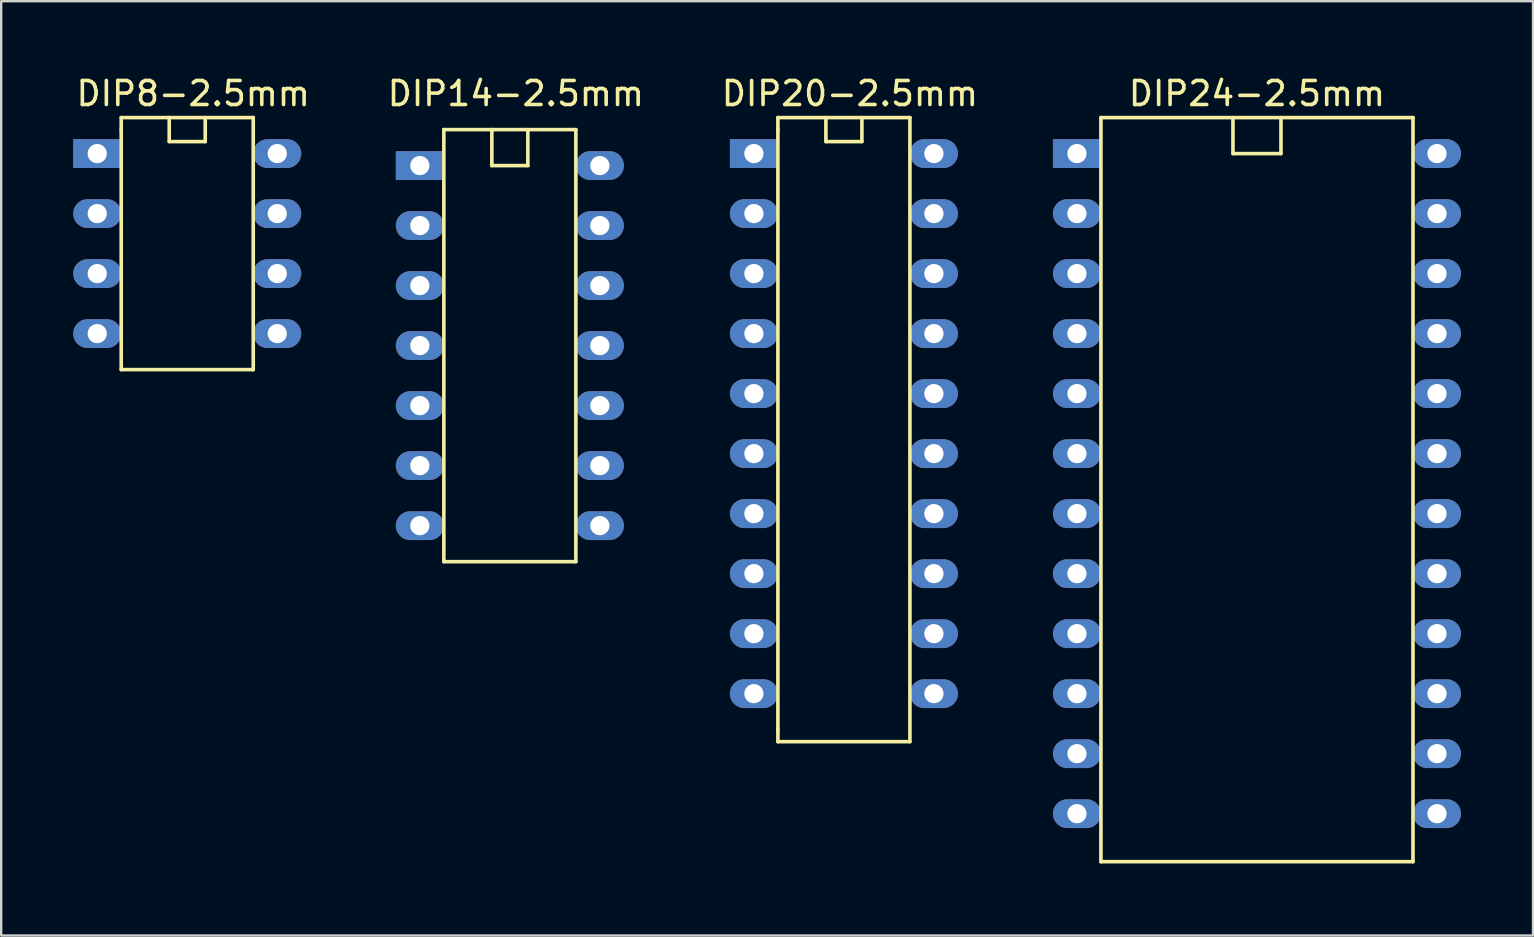
<source format=kicad_pcb>
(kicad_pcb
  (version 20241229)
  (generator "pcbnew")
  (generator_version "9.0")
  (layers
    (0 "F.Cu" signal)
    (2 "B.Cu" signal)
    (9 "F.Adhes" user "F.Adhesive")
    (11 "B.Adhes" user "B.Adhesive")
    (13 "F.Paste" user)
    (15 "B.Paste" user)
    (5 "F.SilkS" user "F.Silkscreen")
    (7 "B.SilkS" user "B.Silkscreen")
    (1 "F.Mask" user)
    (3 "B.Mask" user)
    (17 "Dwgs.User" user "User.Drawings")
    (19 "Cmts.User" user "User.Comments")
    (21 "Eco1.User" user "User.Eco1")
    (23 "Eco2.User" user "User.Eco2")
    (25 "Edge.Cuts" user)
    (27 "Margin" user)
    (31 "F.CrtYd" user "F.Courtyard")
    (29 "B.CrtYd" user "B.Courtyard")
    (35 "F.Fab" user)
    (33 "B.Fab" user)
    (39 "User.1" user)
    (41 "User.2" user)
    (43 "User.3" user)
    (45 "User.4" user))
  (footprint "DIP8-2.5mm"
    (layer "F.Cu")
    (at 1 3.348)
    (property "Reference" "DIP8-2.5mm" (at 4 -2.5 0) (layer "F.SilkS") (effects (font (size 1 1) (thickness 0.15))))
    (attr through_hole)
    (fp_line (start 1 -1.5) (end 1 -1) (stroke (width 0.15) (type solid)) (layer "F.SilkS"))
    (fp_line (start 1 -1) (end 1 9) (stroke (width 0.15) (type solid)) (layer "F.SilkS"))
    (fp_line (start 1 9) (end 6.5 9) (stroke (width 0.15) (type solid)) (layer "F.SilkS"))
    (fp_line (start 3 -1.5) (end 3 -0.5) (stroke (width 0.15) (type solid)) (layer "F.SilkS"))
    (fp_line (start 3 -0.5) (end 4.5 -0.5) (stroke (width 0.15) (type solid)) (layer "F.SilkS"))
    (fp_line (start 4.5 -0.5) (end 4.5 -1.5) (stroke (width 0.15) (type solid)) (layer "F.SilkS"))
    (fp_line (start 6.5 -1.5) (end 1 -1.5) (stroke (width 0.15) (type solid)) (layer "F.SilkS"))
    (fp_line (start 6.5 9) (end 6.5 -1.5) (stroke (width 0.15) (type solid)) (layer "F.SilkS"))
    (pad "1" thru_hole rect (at 0 0) (size 2 1.2) (drill 0.8) (layers "*.Cu" "*.Mask"))
    (pad "2" thru_hole oval (at 0 2.5) (size 2 1.2) (drill 0.8) (layers "*.Cu" "*.Mask"))
    (pad "3" thru_hole oval (at 0 5) (size 2 1.2) (drill 0.8) (layers "*.Cu" "*.Mask"))
    (pad "4" thru_hole oval (at 0 7.5) (size 2 1.2) (drill 0.8) (layers "*.Cu" "*.Mask"))
    (pad "5" thru_hole oval (at 7.5 7.5) (size 2 1.2) (drill 0.8) (layers "*.Cu" "*.Mask"))
    (pad "6" thru_hole oval (at 7.5 5) (size 2 1.2) (drill 0.8) (layers "*.Cu" "*.Mask"))
    (pad "7" thru_hole oval (at 7.5 2.5) (size 2 1.2) (drill 0.8) (layers "*.Cu" "*.Mask"))
    (pad "8" thru_hole oval (at 7.5 0) (size 2 1.2) (drill 0.8) (layers "*.Cu" "*.Mask")))
  (footprint "DIP24-2.5mm"
    (layer "F.Cu")
    (at 41.815 3.348)
    (property "Reference" "DIP24-2.5mm" (at 7.5 -2.5 0) (layer "F.SilkS") (effects (font (size 1 1) (thickness 0.15))))
    (attr through_hole)
    (fp_line (start 1 -1.5) (end 14 -1.5) (stroke (width 0.15) (type solid)) (layer "F.SilkS"))
    (fp_line (start 1 29.5) (end 1 -1.5) (stroke (width 0.15) (type solid)) (layer "F.SilkS"))
    (fp_line (start 6.5 -1.5) (end 6.5 0) (stroke (width 0.15) (type solid)) (layer "F.SilkS"))
    (fp_line (start 6.5 0) (end 8.5 0) (stroke (width 0.15) (type solid)) (layer "F.SilkS"))
    (fp_line (start 8.5 0) (end 8.5 -1.5) (stroke (width 0.15) (type solid)) (layer "F.SilkS"))
    (fp_line (start 14 -1.5) (end 14 29.5) (stroke (width 0.15) (type solid)) (layer "F.SilkS"))
    (fp_line (start 14 29.5) (end 1 29.5) (stroke (width 0.15) (type solid)) (layer "F.SilkS"))
    (pad "1" thru_hole rect (at 0 0) (size 2 1.2) (drill 0.8) (layers "*.Cu" "*.Mask"))
    (pad "2" thru_hole oval (at 0 2.5) (size 2 1.2) (drill 0.8) (layers "*.Cu" "*.Mask"))
    (pad "3" thru_hole oval (at 0 5) (size 2 1.2) (drill 0.8) (layers "*.Cu" "*.Mask"))
    (pad "4" thru_hole oval (at 0 7.5) (size 2 1.2) (drill 0.8) (layers "*.Cu" "*.Mask"))
    (pad "5" thru_hole oval (at 0 10) (size 2 1.2) (drill 0.8) (layers "*.Cu" "*.Mask"))
    (pad "6" thru_hole oval (at 0 12.5) (size 2 1.2) (drill 0.8) (layers "*.Cu" "*.Mask"))
    (pad "7" thru_hole oval (at 0 15) (size 2 1.2) (drill 0.8) (layers "*.Cu" "*.Mask"))
    (pad "8" thru_hole oval (at 0 17.5) (size 2 1.2) (drill 0.8) (layers "*.Cu" "*.Mask"))
    (pad "9" thru_hole oval (at 0 20) (size 2 1.2) (drill 0.8) (layers "*.Cu" "*.Mask"))
    (pad "10" thru_hole oval (at 0 22.5) (size 2 1.2) (drill 0.8) (layers "*.Cu" "*.Mask"))
    (pad "11" thru_hole oval (at 0 25) (size 2 1.2) (drill 0.8) (layers "*.Cu" "*.Mask"))
    (pad "12" thru_hole oval (at 0 27.5) (size 2 1.2) (drill 0.8) (layers "*.Cu" "*.Mask"))
    (pad "13" thru_hole oval (at 15 27.5) (size 2 1.2) (drill 0.8) (layers "*.Cu" "*.Mask"))
    (pad "14" thru_hole oval (at 15 25) (size 2 1.2) (drill 0.8) (layers "*.Cu" "*.Mask"))
    (pad "15" thru_hole oval (at 15 22.5) (size 2 1.2) (drill 0.8) (layers "*.Cu" "*.Mask"))
    (pad "16" thru_hole oval (at 15 20) (size 2 1.2) (drill 0.8) (layers "*.Cu" "*.Mask"))
    (pad "17" thru_hole oval (at 15 17.5) (size 2 1.2) (drill 0.8) (layers "*.Cu" "*.Mask"))
    (pad "18" thru_hole oval (at 15 15) (size 2 1.2) (drill 0.8) (layers "*.Cu" "*.Mask"))
    (pad "19" thru_hole oval (at 15 12.5) (size 2 1.2) (drill 0.8) (layers "*.Cu" "*.Mask"))
    (pad "20" thru_hole oval (at 15 10) (size 2 1.2) (drill 0.8) (layers "*.Cu" "*.Mask"))
    (pad "21" thru_hole oval (at 15 7.5) (size 2 1.2) (drill 0.8) (layers "*.Cu" "*.Mask"))
    (pad "22" thru_hole oval (at 15 5) (size 2 1.2) (drill 0.8) (layers "*.Cu" "*.Mask"))
    (pad "23" thru_hole oval (at 15 2.5) (size 2 1.2) (drill 0.8) (layers "*.Cu" "*.Mask"))
    (pad "24" thru_hole oval (at 15 0) (size 2 1.2) (drill 0.8) (layers "*.Cu" "*.Mask")))
  (footprint "DIP14-2.5mm"
    (layer "F.Cu")
    (at 14.44 3.848)
    (property "Reference" "DIP14-2.5mm" (at 4 -3 0) (layer "F.SilkS") (effects (font (size 1 1) (thickness 0.15))))
    (attr through_hole)
    (fp_line (start 1 -1.5) (end 1 16.5) (stroke (width 0.15) (type solid)) (layer "F.SilkS"))
    (fp_line (start 1 16.5) (end 6.5 16.5) (stroke (width 0.15) (type solid)) (layer "F.SilkS"))
    (fp_line (start 3 -1.5) (end 3 0) (stroke (width 0.15) (type solid)) (layer "F.SilkS"))
    (fp_line (start 3 0) (end 4.5 0) (stroke (width 0.15) (type solid)) (layer "F.SilkS"))
    (fp_line (start 4.5 0) (end 4.5 -1.5) (stroke (width 0.15) (type solid)) (layer "F.SilkS"))
    (fp_line (start 6.5 -1.5) (end 1 -1.5) (stroke (width 0.15) (type solid)) (layer "F.SilkS"))
    (fp_line (start 6.5 16.5) (end 6.5 -1.5) (stroke (width 0.15) (type solid)) (layer "F.SilkS"))
    (pad "1" thru_hole rect (at 0 0) (size 2 1.2) (drill 0.8) (layers "*.Cu" "*.Mask"))
    (pad "2" thru_hole oval (at 0 2.5) (size 2 1.2) (drill 0.8) (layers "*.Cu" "*.Mask"))
    (pad "3" thru_hole oval (at 0 5) (size 2 1.2) (drill 0.8) (layers "*.Cu" "*.Mask"))
    (pad "4" thru_hole oval (at 0 7.5) (size 2 1.2) (drill 0.8) (layers "*.Cu" "*.Mask"))
    (pad "5" thru_hole oval (at 0 10) (size 2 1.2) (drill 0.8) (layers "*.Cu" "*.Mask"))
    (pad "6" thru_hole oval (at 0 12.5) (size 2 1.2) (drill 0.8) (layers "*.Cu" "*.Mask"))
    (pad "7" thru_hole oval (at 0 15) (size 2 1.2) (drill 0.8) (layers "*.Cu" "*.Mask"))
    (pad "8" thru_hole oval (at 7.5 15) (size 2 1.2) (drill 0.8) (layers "*.Cu" "*.Mask"))
    (pad "9" thru_hole oval (at 7.5 12.5) (size 2 1.2) (drill 0.8) (layers "*.Cu" "*.Mask"))
    (pad "10" thru_hole oval (at 7.5 10) (size 2 1.2) (drill 0.8) (layers "*.Cu" "*.Mask"))
    (pad "11" thru_hole oval (at 7.5 7.5) (size 2 1.2) (drill 0.8) (layers "*.Cu" "*.Mask"))
    (pad "12" thru_hole oval (at 7.5 5) (size 2 1.2) (drill 0.8) (layers "*.Cu" "*.Mask"))
    (pad "13" thru_hole oval (at 7.5 2.5) (size 2 1.2) (drill 0.8) (layers "*.Cu" "*.Mask"))
    (pad "14" thru_hole oval (at 7.5 0) (size 2 1.2) (drill 0.8) (layers "*.Cu" "*.Mask")))
  (footprint "DIP20-2.5mm"
    (layer "F.Cu")
    (at 28.357 3.348)
    (property "Reference" "DIP20-2.5mm" (at 4 -2.5 0) (layer "F.SilkS") (effects (font (size 1 1) (thickness 0.15))))
    (attr through_hole)
    (fp_line (start 1 -1.5) (end 1 -1) (stroke (width 0.15) (type solid)) (layer "F.SilkS"))
    (fp_line (start 1 -1) (end 1 24) (stroke (width 0.15) (type solid)) (layer "F.SilkS"))
    (fp_line (start 1 24) (end 1 24.5) (stroke (width 0.15) (type solid)) (layer "F.SilkS"))
    (fp_line (start 1 24.5) (end 6.5 24.5) (stroke (width 0.15) (type solid)) (layer "F.SilkS"))
    (fp_line (start 3 -1.5) (end 3 -0.5) (stroke (width 0.15) (type solid)) (layer "F.SilkS"))
    (fp_line (start 3 -0.5) (end 4.5 -0.5) (stroke (width 0.15) (type solid)) (layer "F.SilkS"))
    (fp_line (start 4.5 -0.5) (end 4.5 -1.5) (stroke (width 0.15) (type solid)) (layer "F.SilkS"))
    (fp_line (start 6.5 -1.5) (end 1 -1.5) (stroke (width 0.15) (type solid)) (layer "F.SilkS"))
    (fp_line (start 6.5 24.5) (end 6.5 -1.5) (stroke (width 0.15) (type solid)) (layer "F.SilkS"))
    (pad "1" thru_hole rect (at 0 0) (size 2 1.2) (drill 0.8) (layers "*.Cu" "*.Mask"))
    (pad "2" thru_hole oval (at 0 2.5) (size 2 1.2) (drill 0.8) (layers "*.Cu" "*.Mask"))
    (pad "3" thru_hole oval (at 0 5) (size 2 1.2) (drill 0.8) (layers "*.Cu" "*.Mask"))
    (pad "4" thru_hole oval (at 0 7.5) (size 2 1.2) (drill 0.8) (layers "*.Cu" "*.Mask"))
    (pad "5" thru_hole oval (at 0 10) (size 2 1.2) (drill 0.8) (layers "*.Cu" "*.Mask"))
    (pad "6" thru_hole oval (at 0 12.5) (size 2 1.2) (drill 0.8) (layers "*.Cu" "*.Mask"))
    (pad "7" thru_hole oval (at 0 15) (size 2 1.2) (drill 0.8) (layers "*.Cu" "*.Mask"))
    (pad "8" thru_hole oval (at 0 17.5) (size 2 1.2) (drill 0.8) (layers "*.Cu" "*.Mask"))
    (pad "9" thru_hole oval (at 0 20) (size 2 1.2) (drill 0.8) (layers "*.Cu" "*.Mask"))
    (pad "10" thru_hole oval (at 0 22.5) (size 2 1.2) (drill 0.8) (layers "*.Cu" "*.Mask"))
    (pad "11" thru_hole oval (at 7.5 22.5) (size 2 1.2) (drill 0.8) (layers "*.Cu" "*.Mask"))
    (pad "12" thru_hole oval (at 7.5 20) (size 2 1.2) (drill 0.8) (layers "*.Cu" "*.Mask"))
    (pad "13" thru_hole oval (at 7.5 17.5) (size 2 1.2) (drill 0.8) (layers "*.Cu" "*.Mask"))
    (pad "14" thru_hole oval (at 7.5 15) (size 2 1.2) (drill 0.8) (layers "*.Cu" "*.Mask"))
    (pad "15" thru_hole oval (at 7.5 12.5) (size 2 1.2) (drill 0.8) (layers "*.Cu" "*.Mask"))
    (pad "16" thru_hole oval (at 7.5 10) (size 2 1.2) (drill 0.8) (layers "*.Cu" "*.Mask"))
    (pad "17" thru_hole oval (at 7.5 7.5) (size 2 1.2) (drill 0.8) (layers "*.Cu" "*.Mask"))
    (pad "18" thru_hole oval (at 7.5 5) (size 2 1.2) (drill 0.8) (layers "*.Cu" "*.Mask"))
    (pad "19" thru_hole oval (at 7.5 2.5) (size 2 1.2) (drill 0.8) (layers "*.Cu" "*.Mask"))
    (pad "20" thru_hole oval (at 7.5 0) (size 2 1.2) (drill 0.8) (layers "*.Cu" "*.Mask")))
  (gr_rect
    (start -3 -3)
    (end 60.815 35.923)
    (stroke (width 0.1) (type default))
    (fill no)
    (layer "Edge.Cuts")))
</source>
